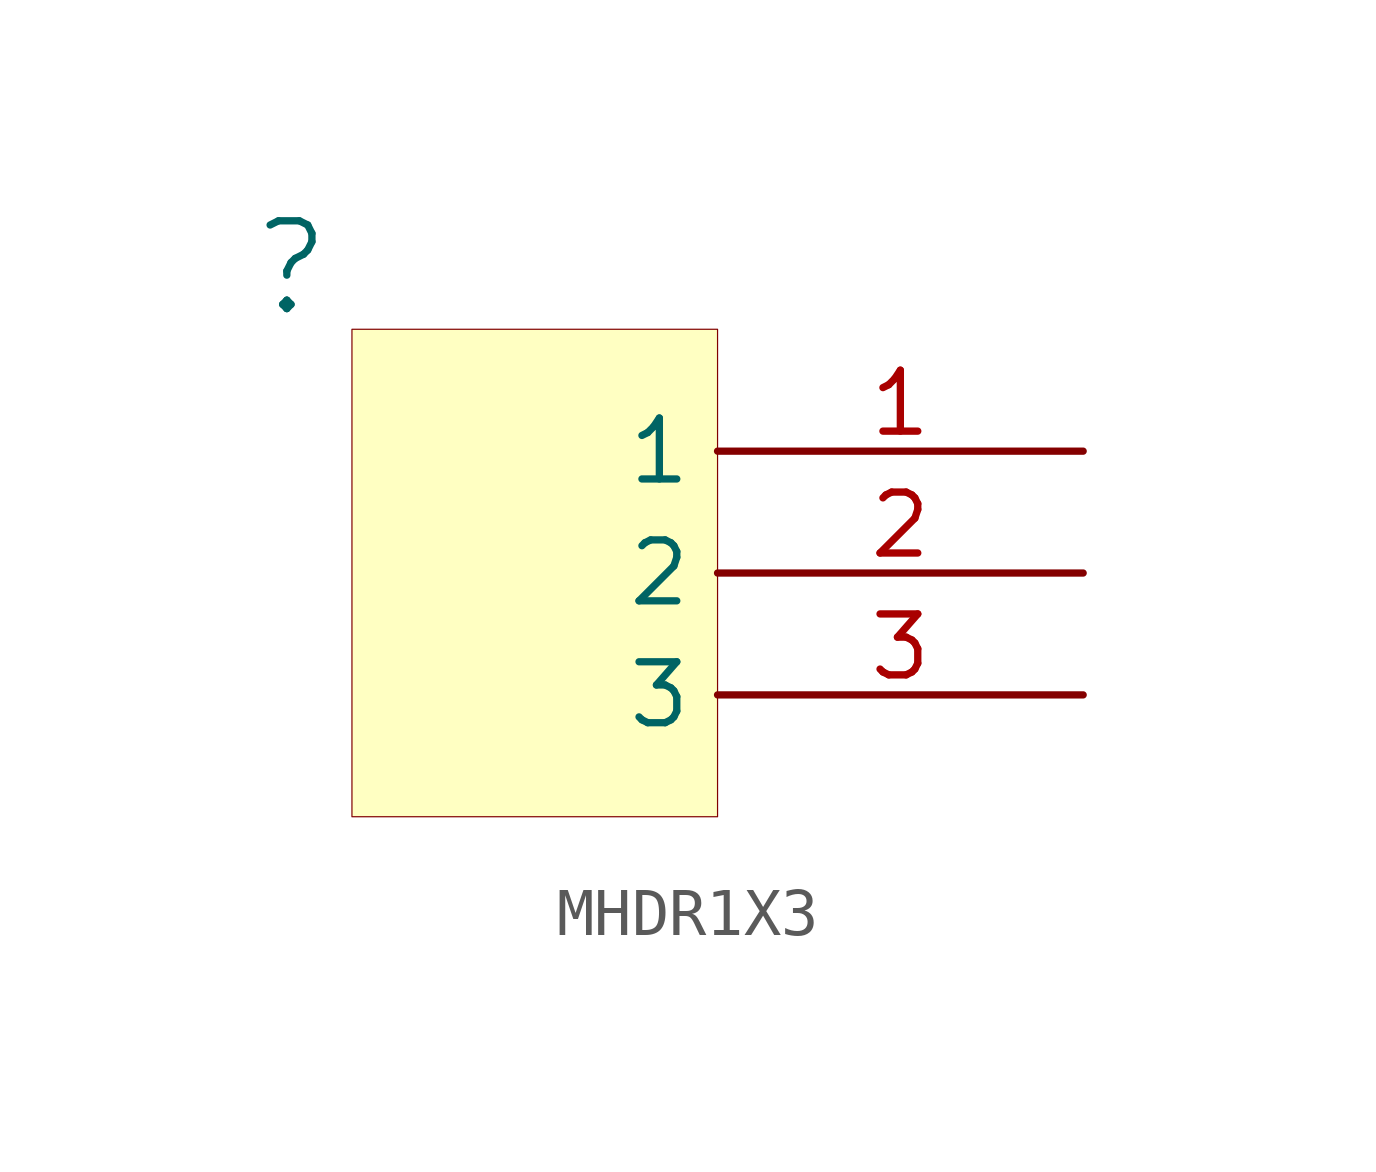
<source format=kicad_sym>
(kicad_symbol_lib
  (version 20241209)
  (generator "kicad_symbol_editor")
  (generator_version "9.0")
  (symbol "MHDR1X3"
    (property "Reference" ""
      (at -1.27 1.27 0)
      (effects (font (size 1.829 1.829))))
    (symbol "MHDR1X3_1_0"
      (rectangle (start 7.62 0) (end 0 -10.16) (stroke (width 0.025) (type solid) (color 128 0 0 1)) (fill (type background)))
      (pin passive line (at 15.24 -2.54 180) (length 7.62) (name "1" (effects (font (size 1.27 1.27)))) (number "1" (effects (font (size 1.27 1.27)))))
      (pin passive line (at 15.24 -5.08 180) (length 7.62) (name "2" (effects (font (size 1.27 1.27)))) (number "2" (effects (font (size 1.27 1.27)))))
      (pin passive line (at 15.24 -7.62 180) (length 7.62) (name "3" (effects (font (size 1.27 1.27)))) (number "3" (effects (font (size 1.27 1.27))))))))
</source>
